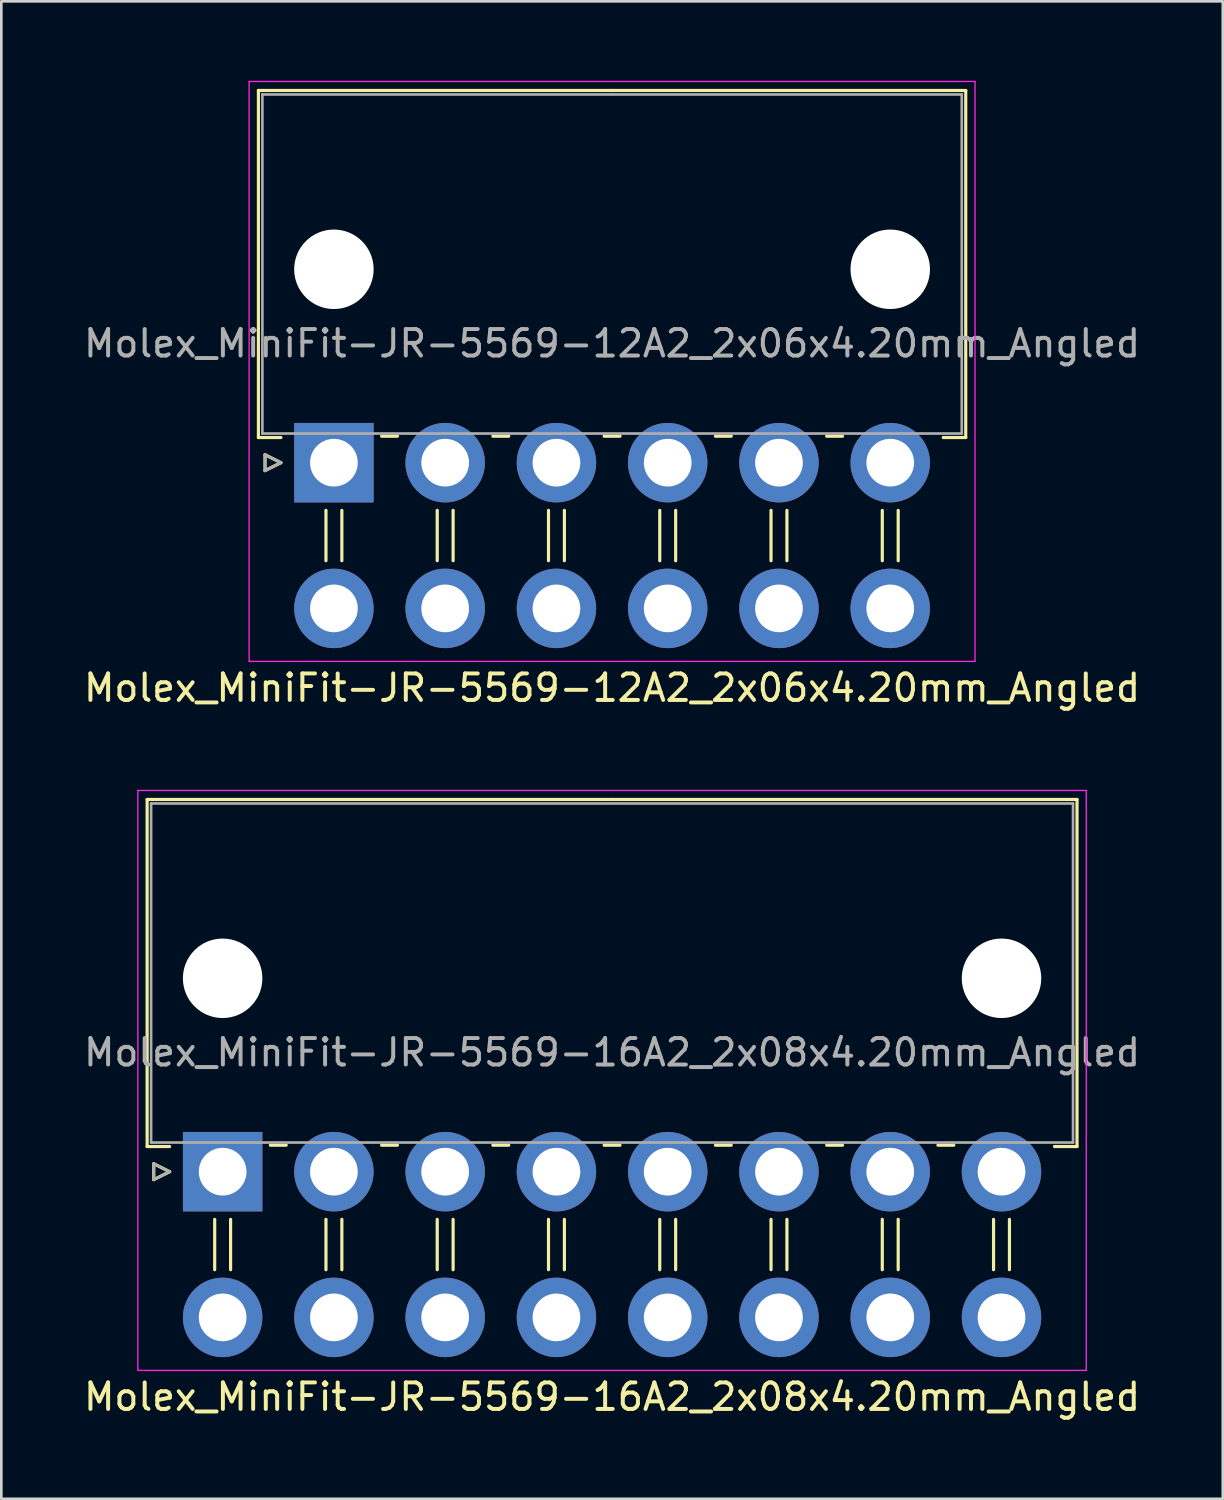
<source format=kicad_pcb>
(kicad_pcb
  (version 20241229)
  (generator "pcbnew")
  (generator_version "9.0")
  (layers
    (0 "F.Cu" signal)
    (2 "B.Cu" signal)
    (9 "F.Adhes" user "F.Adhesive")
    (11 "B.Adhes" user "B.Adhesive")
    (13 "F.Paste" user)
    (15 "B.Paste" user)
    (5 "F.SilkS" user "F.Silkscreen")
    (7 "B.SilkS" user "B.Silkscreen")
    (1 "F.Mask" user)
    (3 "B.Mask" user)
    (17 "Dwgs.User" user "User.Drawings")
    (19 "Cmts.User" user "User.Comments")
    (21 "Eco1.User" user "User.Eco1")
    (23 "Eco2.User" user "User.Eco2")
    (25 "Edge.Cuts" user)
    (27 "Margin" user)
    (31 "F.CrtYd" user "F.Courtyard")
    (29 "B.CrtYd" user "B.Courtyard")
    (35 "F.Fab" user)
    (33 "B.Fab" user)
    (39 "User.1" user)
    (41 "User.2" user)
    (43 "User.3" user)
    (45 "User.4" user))
  (footprint "Molex_MiniFit-JR-5569-16A2_2x08x4.20mm_Angled"
    (layer "F.Cu")
    (at 5.354 41.178)
    (property "Reference" "Molex_MiniFit-JR-5569-16A2_2x08x4.20mm_Angled" (at 14.7 8.5 0) (layer "F.SilkS") (effects (font (size 1 1) (thickness 0.15))))
    (attr through_hole)
    (fp_line (start -2.85 -14.05) (end 14.7 -14.05) (stroke (width 0.12) (type solid)) (layer "F.SilkS"))
    (fp_line (start -2.85 -0.95) (end -2.85 -14.05) (stroke (width 0.12) (type solid)) (layer "F.SilkS"))
    (fp_line (start -2.6 -0.3) (end -2 0) (stroke (width 0.12) (type solid)) (layer "F.SilkS"))
    (fp_line (start -2.6 0.3) (end -2.6 -0.3) (stroke (width 0.12) (type solid)) (layer "F.SilkS"))
    (fp_line (start -2 -0.95) (end -2.85 -0.95) (stroke (width 0.12) (type solid)) (layer "F.SilkS"))
    (fp_line (start -2 0) (end -2.6 0.3) (stroke (width 0.12) (type solid)) (layer "F.SilkS"))
    (fp_line (start -0.3 1.8) (end -0.3 3.7) (stroke (width 0.12) (type solid)) (layer "F.SilkS"))
    (fp_line (start 0.3 1.8) (end 0.3 3.7) (stroke (width 0.12) (type solid)) (layer "F.SilkS"))
    (fp_line (start 1.8 -1) (end 2.4 -1) (stroke (width 0.12) (type solid)) (layer "F.SilkS"))
    (fp_line (start 3.9 1.8) (end 3.9 3.7) (stroke (width 0.12) (type solid)) (layer "F.SilkS"))
    (fp_line (start 4.5 1.8) (end 4.5 3.7) (stroke (width 0.12) (type solid)) (layer "F.SilkS"))
    (fp_line (start 6 -1) (end 6.6 -1) (stroke (width 0.12) (type solid)) (layer "F.SilkS"))
    (fp_line (start 8.1 1.8) (end 8.1 3.7) (stroke (width 0.12) (type solid)) (layer "F.SilkS"))
    (fp_line (start 8.7 1.8) (end 8.7 3.7) (stroke (width 0.12) (type solid)) (layer "F.SilkS"))
    (fp_line (start 10.2 -1) (end 10.8 -1) (stroke (width 0.12) (type solid)) (layer "F.SilkS"))
    (fp_line (start 12.3 1.8) (end 12.3 3.7) (stroke (width 0.12) (type solid)) (layer "F.SilkS"))
    (fp_line (start 12.9 1.8) (end 12.9 3.7) (stroke (width 0.12) (type solid)) (layer "F.SilkS"))
    (fp_line (start 14.4 -1) (end 15 -1) (stroke (width 0.12) (type solid)) (layer "F.SilkS"))
    (fp_line (start 16.5 1.8) (end 16.5 3.7) (stroke (width 0.12) (type solid)) (layer "F.SilkS"))
    (fp_line (start 17.1 1.8) (end 17.1 3.7) (stroke (width 0.12) (type solid)) (layer "F.SilkS"))
    (fp_line (start 18.6 -1) (end 19.2 -1) (stroke (width 0.12) (type solid)) (layer "F.SilkS"))
    (fp_line (start 20.7 1.8) (end 20.7 3.7) (stroke (width 0.12) (type solid)) (layer "F.SilkS"))
    (fp_line (start 21.3 1.8) (end 21.3 3.7) (stroke (width 0.12) (type solid)) (layer "F.SilkS"))
    (fp_line (start 22.8 -1) (end 23.4 -1) (stroke (width 0.12) (type solid)) (layer "F.SilkS"))
    (fp_line (start 24.9 1.8) (end 24.9 3.7) (stroke (width 0.12) (type solid)) (layer "F.SilkS"))
    (fp_line (start 25.5 1.8) (end 25.5 3.7) (stroke (width 0.12) (type solid)) (layer "F.SilkS"))
    (fp_line (start 27 -1) (end 27.6 -1) (stroke (width 0.12) (type solid)) (layer "F.SilkS"))
    (fp_line (start 29.1 1.8) (end 29.1 3.7) (stroke (width 0.12) (type solid)) (layer "F.SilkS"))
    (fp_line (start 29.7 1.8) (end 29.7 3.7) (stroke (width 0.12) (type solid)) (layer "F.SilkS"))
    (fp_line (start 31.4 -0.95) (end 32.25 -0.95) (stroke (width 0.12) (type solid)) (layer "F.SilkS"))
    (fp_line (start 32.25 -14.05) (end 14.7 -14.05) (stroke (width 0.12) (type solid)) (layer "F.SilkS"))
    (fp_line (start 32.25 -0.95) (end 32.25 -14.05) (stroke (width 0.12) (type solid)) (layer "F.SilkS"))
    (fp_line (start -3.2 -14.39) (end -3.2 7.5) (stroke (width 0.05) (type solid)) (layer "F.CrtYd"))
    (fp_line (start -3.2 7.5) (end 32.6 7.5) (stroke (width 0.05) (type solid)) (layer "F.CrtYd"))
    (fp_line (start 32.6 -14.39) (end -3.2 -14.39) (stroke (width 0.05) (type solid)) (layer "F.CrtYd"))
    (fp_line (start 32.6 7.5) (end 32.6 -14.39) (stroke (width 0.05) (type solid)) (layer "F.CrtYd"))
    (fp_line (start -2.7 -13.9) (end -2.7 -1.1) (stroke (width 0.1) (type solid)) (layer "F.Fab"))
    (fp_line (start -2.7 -1.1) (end 32.1 -1.1) (stroke (width 0.1) (type solid)) (layer "F.Fab"))
    (fp_line (start -2.6 -0.3) (end -2 0) (stroke (width 0.1) (type solid)) (layer "F.Fab"))
    (fp_line (start -2.6 0.3) (end -2.6 -0.3) (stroke (width 0.1) (type solid)) (layer "F.Fab"))
    (fp_line (start -2 0) (end -2.6 0.3) (stroke (width 0.1) (type solid)) (layer "F.Fab"))
    (fp_line (start 32.1 -13.9) (end -2.7 -13.9) (stroke (width 0.1) (type solid)) (layer "F.Fab"))
    (fp_line (start 32.1 -1.1) (end 32.1 -13.9) (stroke (width 0.1) (type solid)) (layer "F.Fab"))
    (fp_text user "${REFERENCE}" (at 14.7 -4.5 0) (layer "F.Fab") (effects (font (size 1 1) (thickness 0.15))))
    (pad "" np_thru_hole circle (at 0 -7.3) (size 3 3) (drill 3) (layers "*.Cu" "*.Mask"))
    (pad "" np_thru_hole circle (at 29.4 -7.3) (size 3 3) (drill 3) (layers "*.Cu" "*.Mask"))
    (pad "1" thru_hole rect (at 0 0) (size 3 3) (drill 1.8) (layers "*.Cu" "*.Mask"))
    (pad "2" thru_hole circle (at 4.2 0) (size 3 3) (drill 1.8) (layers "*.Cu" "*.Mask"))
    (pad "3" thru_hole circle (at 8.4 0) (size 3 3) (drill 1.8) (layers "*.Cu" "*.Mask"))
    (pad "4" thru_hole circle (at 12.6 0) (size 3 3) (drill 1.8) (layers "*.Cu" "*.Mask"))
    (pad "5" thru_hole circle (at 16.8 0) (size 3 3) (drill 1.8) (layers "*.Cu" "*.Mask"))
    (pad "6" thru_hole circle (at 21 0) (size 3 3) (drill 1.8) (layers "*.Cu" "*.Mask"))
    (pad "7" thru_hole circle (at 25.2 0) (size 3 3) (drill 1.8) (layers "*.Cu" "*.Mask"))
    (pad "8" thru_hole circle (at 29.4 0) (size 3 3) (drill 1.8) (layers "*.Cu" "*.Mask"))
    (pad "9" thru_hole circle (at 0 5.5) (size 3 3) (drill 1.8) (layers "*.Cu" "*.Mask"))
    (pad "10" thru_hole circle (at 4.2 5.5) (size 3 3) (drill 1.8) (layers "*.Cu" "*.Mask"))
    (pad "11" thru_hole circle (at 8.4 5.5) (size 3 3) (drill 1.8) (layers "*.Cu" "*.Mask"))
    (pad "12" thru_hole circle (at 12.6 5.5) (size 3 3) (drill 1.8) (layers "*.Cu" "*.Mask"))
    (pad "13" thru_hole circle (at 16.8 5.5) (size 3 3) (drill 1.8) (layers "*.Cu" "*.Mask"))
    (pad "14" thru_hole circle (at 21 5.5) (size 3 3) (drill 1.8) (layers "*.Cu" "*.Mask"))
    (pad "15" thru_hole circle (at 25.2 5.5) (size 3 3) (drill 1.8) (layers "*.Cu" "*.Mask"))
    (pad "16" thru_hole circle (at 29.4 5.5) (size 3 3) (drill 1.8) (layers "*.Cu" "*.Mask")))
  (footprint "Molex_MiniFit-JR-5569-12A2_2x06x4.20mm_Angled"
    (layer "F.Cu")
    (at 9.554 14.415)
    (property "Reference" "Molex_MiniFit-JR-5569-12A2_2x06x4.20mm_Angled" (at 10.5 8.5 0) (layer "F.SilkS") (effects (font (size 1 1) (thickness 0.15))))
    (attr through_hole)
    (fp_line (start -2.85 -14.05) (end 10.5 -14.05) (stroke (width 0.12) (type solid)) (layer "F.SilkS"))
    (fp_line (start -2.85 -0.95) (end -2.85 -14.05) (stroke (width 0.12) (type solid)) (layer "F.SilkS"))
    (fp_line (start -2.6 -0.3) (end -2 0) (stroke (width 0.12) (type solid)) (layer "F.SilkS"))
    (fp_line (start -2.6 0.3) (end -2.6 -0.3) (stroke (width 0.12) (type solid)) (layer "F.SilkS"))
    (fp_line (start -2 -0.95) (end -2.85 -0.95) (stroke (width 0.12) (type solid)) (layer "F.SilkS"))
    (fp_line (start -2 0) (end -2.6 0.3) (stroke (width 0.12) (type solid)) (layer "F.SilkS"))
    (fp_line (start -0.3 1.8) (end -0.3 3.7) (stroke (width 0.12) (type solid)) (layer "F.SilkS"))
    (fp_line (start 0.3 1.8) (end 0.3 3.7) (stroke (width 0.12) (type solid)) (layer "F.SilkS"))
    (fp_line (start 1.8 -1) (end 2.4 -1) (stroke (width 0.12) (type solid)) (layer "F.SilkS"))
    (fp_line (start 3.9 1.8) (end 3.9 3.7) (stroke (width 0.12) (type solid)) (layer "F.SilkS"))
    (fp_line (start 4.5 1.8) (end 4.5 3.7) (stroke (width 0.12) (type solid)) (layer "F.SilkS"))
    (fp_line (start 6 -1) (end 6.6 -1) (stroke (width 0.12) (type solid)) (layer "F.SilkS"))
    (fp_line (start 8.1 1.8) (end 8.1 3.7) (stroke (width 0.12) (type solid)) (layer "F.SilkS"))
    (fp_line (start 8.7 1.8) (end 8.7 3.7) (stroke (width 0.12) (type solid)) (layer "F.SilkS"))
    (fp_line (start 10.2 -1) (end 10.8 -1) (stroke (width 0.12) (type solid)) (layer "F.SilkS"))
    (fp_line (start 12.3 1.8) (end 12.3 3.7) (stroke (width 0.12) (type solid)) (layer "F.SilkS"))
    (fp_line (start 12.9 1.8) (end 12.9 3.7) (stroke (width 0.12) (type solid)) (layer "F.SilkS"))
    (fp_line (start 14.4 -1) (end 15 -1) (stroke (width 0.12) (type solid)) (layer "F.SilkS"))
    (fp_line (start 16.5 1.8) (end 16.5 3.7) (stroke (width 0.12) (type solid)) (layer "F.SilkS"))
    (fp_line (start 17.1 1.8) (end 17.1 3.7) (stroke (width 0.12) (type solid)) (layer "F.SilkS"))
    (fp_line (start 18.6 -1) (end 19.2 -1) (stroke (width 0.12) (type solid)) (layer "F.SilkS"))
    (fp_line (start 20.7 1.8) (end 20.7 3.7) (stroke (width 0.12) (type solid)) (layer "F.SilkS"))
    (fp_line (start 21.3 1.8) (end 21.3 3.7) (stroke (width 0.12) (type solid)) (layer "F.SilkS"))
    (fp_line (start 23 -0.95) (end 23.85 -0.95) (stroke (width 0.12) (type solid)) (layer "F.SilkS"))
    (fp_line (start 23.85 -14.05) (end 10.5 -14.05) (stroke (width 0.12) (type solid)) (layer "F.SilkS"))
    (fp_line (start 23.85 -0.95) (end 23.85 -14.05) (stroke (width 0.12) (type solid)) (layer "F.SilkS"))
    (fp_line (start -3.2 -14.39) (end -3.2 7.5) (stroke (width 0.05) (type solid)) (layer "F.CrtYd"))
    (fp_line (start -3.2 7.5) (end 24.2 7.5) (stroke (width 0.05) (type solid)) (layer "F.CrtYd"))
    (fp_line (start 24.2 -14.39) (end -3.2 -14.39) (stroke (width 0.05) (type solid)) (layer "F.CrtYd"))
    (fp_line (start 24.2 7.5) (end 24.2 -14.39) (stroke (width 0.05) (type solid)) (layer "F.CrtYd"))
    (fp_line (start -2.7 -13.9) (end -2.7 -1.1) (stroke (width 0.1) (type solid)) (layer "F.Fab"))
    (fp_line (start -2.7 -1.1) (end 23.7 -1.1) (stroke (width 0.1) (type solid)) (layer "F.Fab"))
    (fp_line (start -2.6 -0.3) (end -2 0) (stroke (width 0.1) (type solid)) (layer "F.Fab"))
    (fp_line (start -2.6 0.3) (end -2.6 -0.3) (stroke (width 0.1) (type solid)) (layer "F.Fab"))
    (fp_line (start -2 0) (end -2.6 0.3) (stroke (width 0.1) (type solid)) (layer "F.Fab"))
    (fp_line (start 23.7 -13.9) (end -2.7 -13.9) (stroke (width 0.1) (type solid)) (layer "F.Fab"))
    (fp_line (start 23.7 -1.1) (end 23.7 -13.9) (stroke (width 0.1) (type solid)) (layer "F.Fab"))
    (fp_text user "${REFERENCE}" (at 10.5 -4.5 0) (layer "F.Fab") (effects (font (size 1 1) (thickness 0.15))))
    (pad "" np_thru_hole circle (at 0 -7.3) (size 3 3) (drill 3) (layers "*.Cu" "*.Mask"))
    (pad "" np_thru_hole circle (at 21 -7.3) (size 3 3) (drill 3) (layers "*.Cu" "*.Mask"))
    (pad "1" thru_hole rect (at 0 0) (size 3 3) (drill 1.8) (layers "*.Cu" "*.Mask"))
    (pad "2" thru_hole circle (at 4.2 0) (size 3 3) (drill 1.8) (layers "*.Cu" "*.Mask"))
    (pad "3" thru_hole circle (at 8.4 0) (size 3 3) (drill 1.8) (layers "*.Cu" "*.Mask"))
    (pad "4" thru_hole circle (at 12.6 0) (size 3 3) (drill 1.8) (layers "*.Cu" "*.Mask"))
    (pad "5" thru_hole circle (at 16.8 0) (size 3 3) (drill 1.8) (layers "*.Cu" "*.Mask"))
    (pad "6" thru_hole circle (at 21 0) (size 3 3) (drill 1.8) (layers "*.Cu" "*.Mask"))
    (pad "7" thru_hole circle (at 0 5.5) (size 3 3) (drill 1.8) (layers "*.Cu" "*.Mask"))
    (pad "8" thru_hole circle (at 4.2 5.5) (size 3 3) (drill 1.8) (layers "*.Cu" "*.Mask"))
    (pad "9" thru_hole circle (at 8.4 5.5) (size 3 3) (drill 1.8) (layers "*.Cu" "*.Mask"))
    (pad "10" thru_hole circle (at 12.6 5.5) (size 3 3) (drill 1.8) (layers "*.Cu" "*.Mask"))
    (pad "11" thru_hole circle (at 16.8 5.5) (size 3 3) (drill 1.8) (layers "*.Cu" "*.Mask"))
    (pad "12" thru_hole circle (at 21 5.5) (size 3 3) (drill 1.8) (layers "*.Cu" "*.Mask")))
  (gr_rect
    (start -3 -3)
    (end 43.107 53.526)
    (stroke (width 0.1) (type default))
    (fill no)
    (layer "Edge.Cuts")))
</source>
